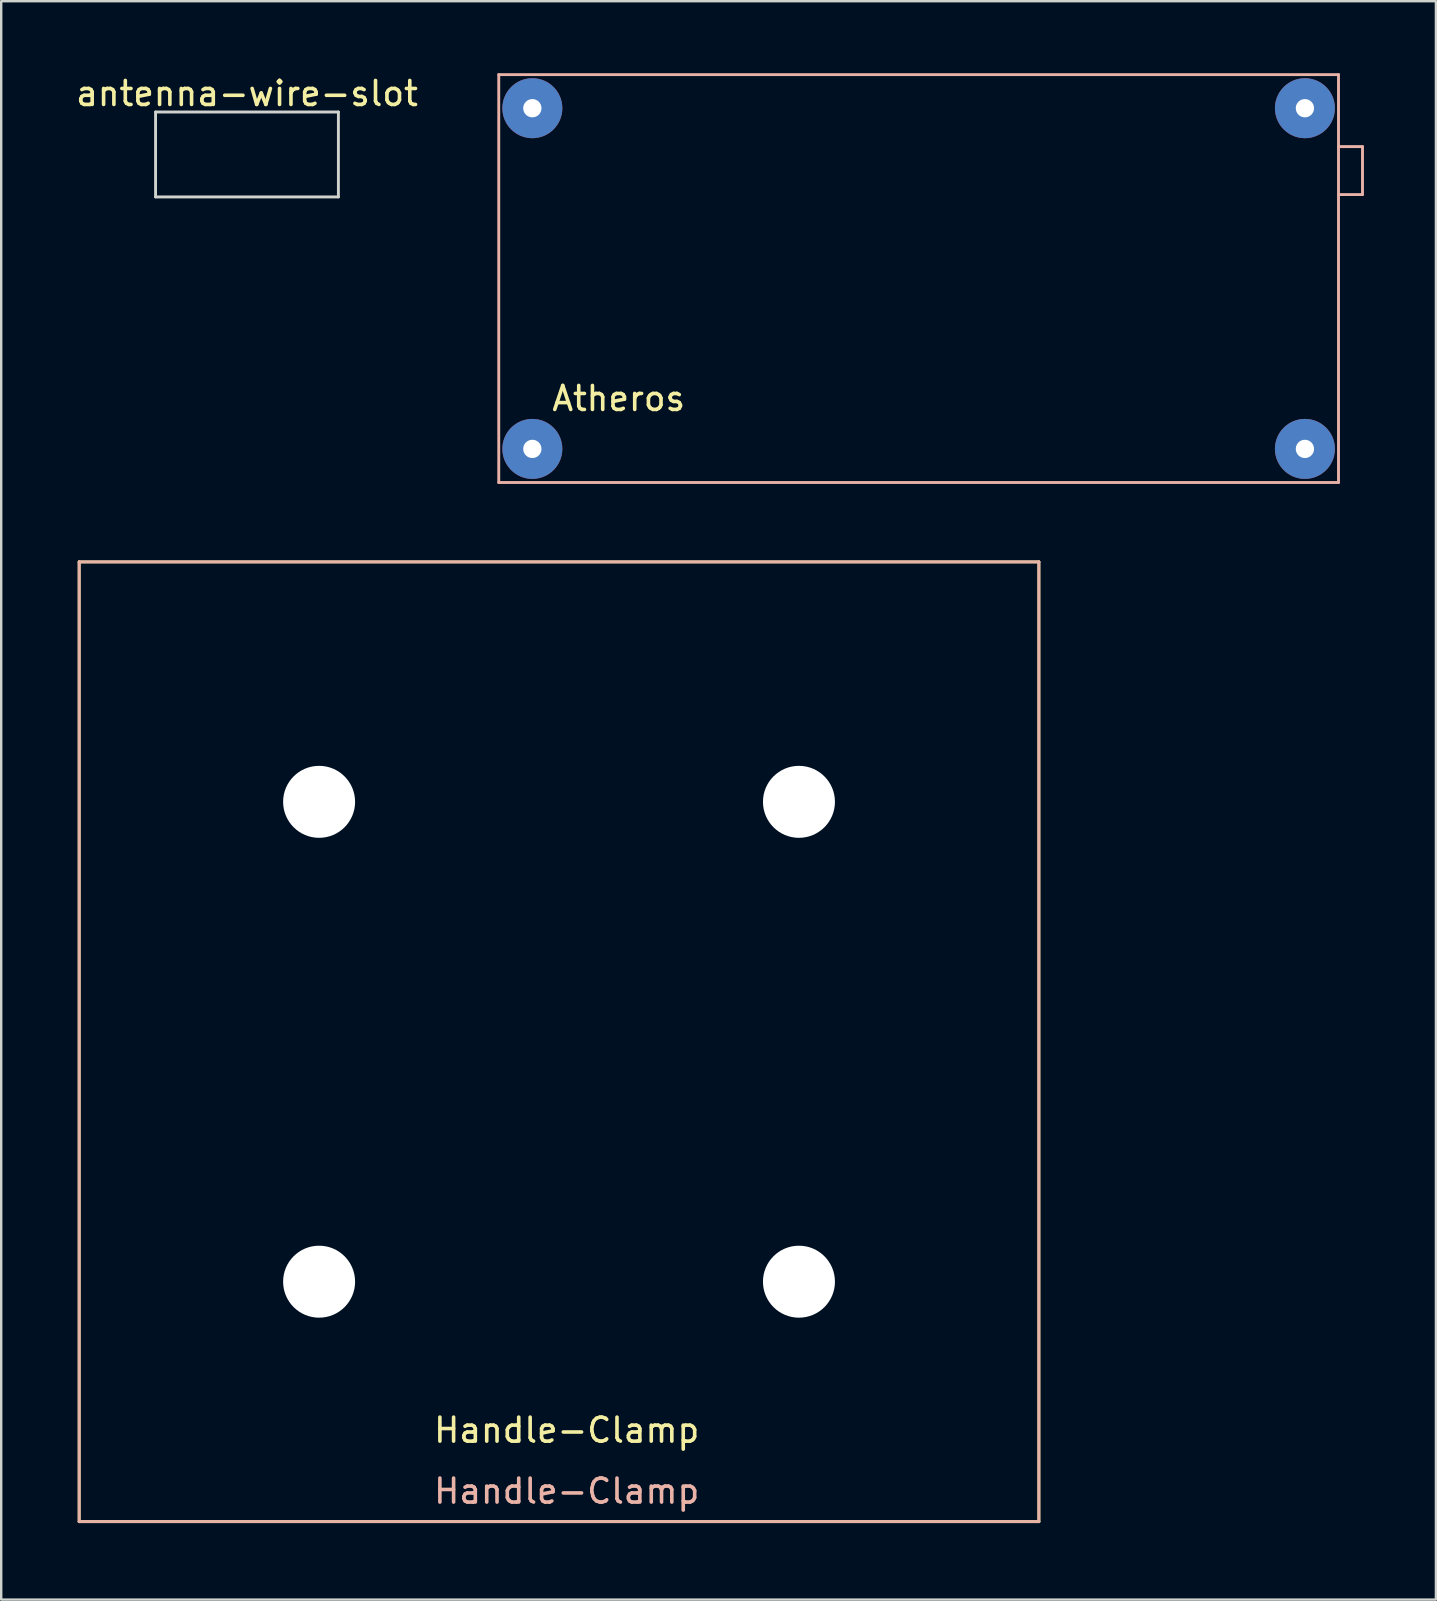
<source format=kicad_pcb>
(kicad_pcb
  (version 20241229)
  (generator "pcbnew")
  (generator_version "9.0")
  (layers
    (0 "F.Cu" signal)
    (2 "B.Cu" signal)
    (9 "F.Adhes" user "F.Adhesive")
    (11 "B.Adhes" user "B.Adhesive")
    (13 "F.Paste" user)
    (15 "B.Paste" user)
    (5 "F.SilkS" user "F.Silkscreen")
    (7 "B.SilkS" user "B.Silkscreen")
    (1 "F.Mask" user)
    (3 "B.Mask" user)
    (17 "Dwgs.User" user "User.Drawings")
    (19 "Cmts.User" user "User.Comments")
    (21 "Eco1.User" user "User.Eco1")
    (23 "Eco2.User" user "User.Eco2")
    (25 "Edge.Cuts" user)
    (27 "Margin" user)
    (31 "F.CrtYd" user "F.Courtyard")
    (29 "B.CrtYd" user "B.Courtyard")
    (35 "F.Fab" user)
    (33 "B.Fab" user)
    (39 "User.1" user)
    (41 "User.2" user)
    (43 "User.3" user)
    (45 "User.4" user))
  (footprint "Atheros"
    (layer "F.Cu")
    (at 17.738 17.06)
    (property "Reference" "Atheros" (at 5 -3.5 0) (layer "F.SilkS") (effects (font (size 1 1) (thickness 0.15))))
    (attr through_hole)
    (fp_line (start 0 -17) (end 0 0) (stroke (width 0.12) (type solid)) (layer "B.SilkS"))
    (fp_line (start 0 0) (end 35 0) (stroke (width 0.12) (type solid)) (layer "B.SilkS"))
    (fp_line (start 35 -17) (end 0 -17) (stroke (width 0.12) (type solid)) (layer "B.SilkS"))
    (fp_line (start 35 -14) (end 36 -14) (stroke (width 0.12) (type solid)) (layer "B.SilkS"))
    (fp_line (start 35 0) (end 35 -17) (stroke (width 0.12) (type solid)) (layer "B.SilkS"))
    (fp_line (start 36 -12) (end 35 -12) (stroke (width 0.12) (type solid)) (layer "B.SilkS"))
    (fp_line (start 36 -12) (end 36 -14) (stroke (width 0.12) (type solid)) (layer "B.SilkS"))
    (pad "1" thru_hole circle (at 1.4 -1.4) (size 2.5 2.5) (drill 0.762) (layers "*.Cu" "*.Mask"))
    (pad "2" thru_hole circle (at 33.6 -1.4) (size 2.5 2.5) (drill 0.762) (layers "*.Cu" "*.Mask"))
    (pad "3" thru_hole circle (at 33.6 -15.6) (size 2.5 2.5) (drill 0.762) (layers "*.Cu" "*.Mask"))
    (pad "4" thru_hole circle (at 1.4 -15.6) (size 2.5 2.5) (drill 0.762) (layers "*.Cu" "*.Mask")))
  (footprint "antenna-wire-slot"
    (layer "F.Cu")
    (at 7.244 0.348)
    (property "Reference" "antenna-wire-slot" (at 0 0.5 0) (layer "F.SilkS") (effects (font (size 1 1) (thickness 0.15))))
    (attr through_hole)
    (fp_line (start -3.81 1.27) (end 3.81 1.27) (stroke (width 0.12) (type solid)) (layer "Edge.Cuts"))
    (fp_line (start -3.81 4.81) (end -3.81 1.27) (stroke (width 0.12) (type solid)) (layer "Edge.Cuts"))
    (fp_line (start 3.81 1.27) (end 3.81 4.81) (stroke (width 0.12) (type solid)) (layer "Edge.Cuts"))
    (fp_line (start 3.81 4.81) (end -3.81 4.81) (stroke (width 0.12) (type solid)) (layer "Edge.Cuts")))
  (footprint "Handle-Clamp"
    (layer "F.Cu")
    (at 0.25 60.37)
    (property "Reference" "Handle-Clamp" (at 20.32 -3.81 0) (layer "F.SilkS") (effects (font (size 1 1) (thickness 0.15))))
    (attr through_hole)
    (fp_line (start 0 -40) (end 0 0) (stroke (width 0.12) (type solid)) (layer "F.SilkS"))
    (fp_line (start 0 0) (end 40 0) (stroke (width 0.12) (type solid)) (layer "F.SilkS"))
    (fp_line (start 40 -40) (end 0 -40) (stroke (width 0.12) (type solid)) (layer "F.SilkS"))
    (fp_line (start 40 0) (end 40 -40) (stroke (width 0.12) (type solid)) (layer "F.SilkS"))
    (fp_line (start 0 -40) (end 0 0) (stroke (width 0.12) (type solid)) (layer "B.SilkS"))
    (fp_line (start 0 0) (end 40 0) (stroke (width 0.12) (type solid)) (layer "B.SilkS"))
    (fp_line (start 40 -40) (end 0 -40) (stroke (width 0.12) (type solid)) (layer "B.SilkS"))
    (fp_line (start 40 0) (end 40 -40) (stroke (width 0.12) (type solid)) (layer "B.SilkS"))
    (fp_text user "Handle-Clamp" (at 20.32 -1.27 0) (layer "B.SilkS") (effects (font (size 1 1) (thickness 0.15))))
    (pad "" np_thru_hole circle (at 10 -30) (size 3 3) (drill 3) (layers "*.Cu" "*.Mask"))
    (pad "" np_thru_hole circle (at 10 -10) (size 3 3) (drill 3) (layers "*.Cu" "*.Mask"))
    (pad "" np_thru_hole circle (at 30 -30) (size 3 3) (drill 3) (layers "*.Cu" "*.Mask"))
    (pad "" np_thru_hole circle (at 30 -10) (size 3 3) (drill 3) (layers "*.Cu" "*.Mask")))
  (gr_rect
    (start -3 -3)
    (end 56.798 63.62)
    (stroke (width 0.1) (type default))
    (fill no)
    (layer "Edge.Cuts")))
</source>
